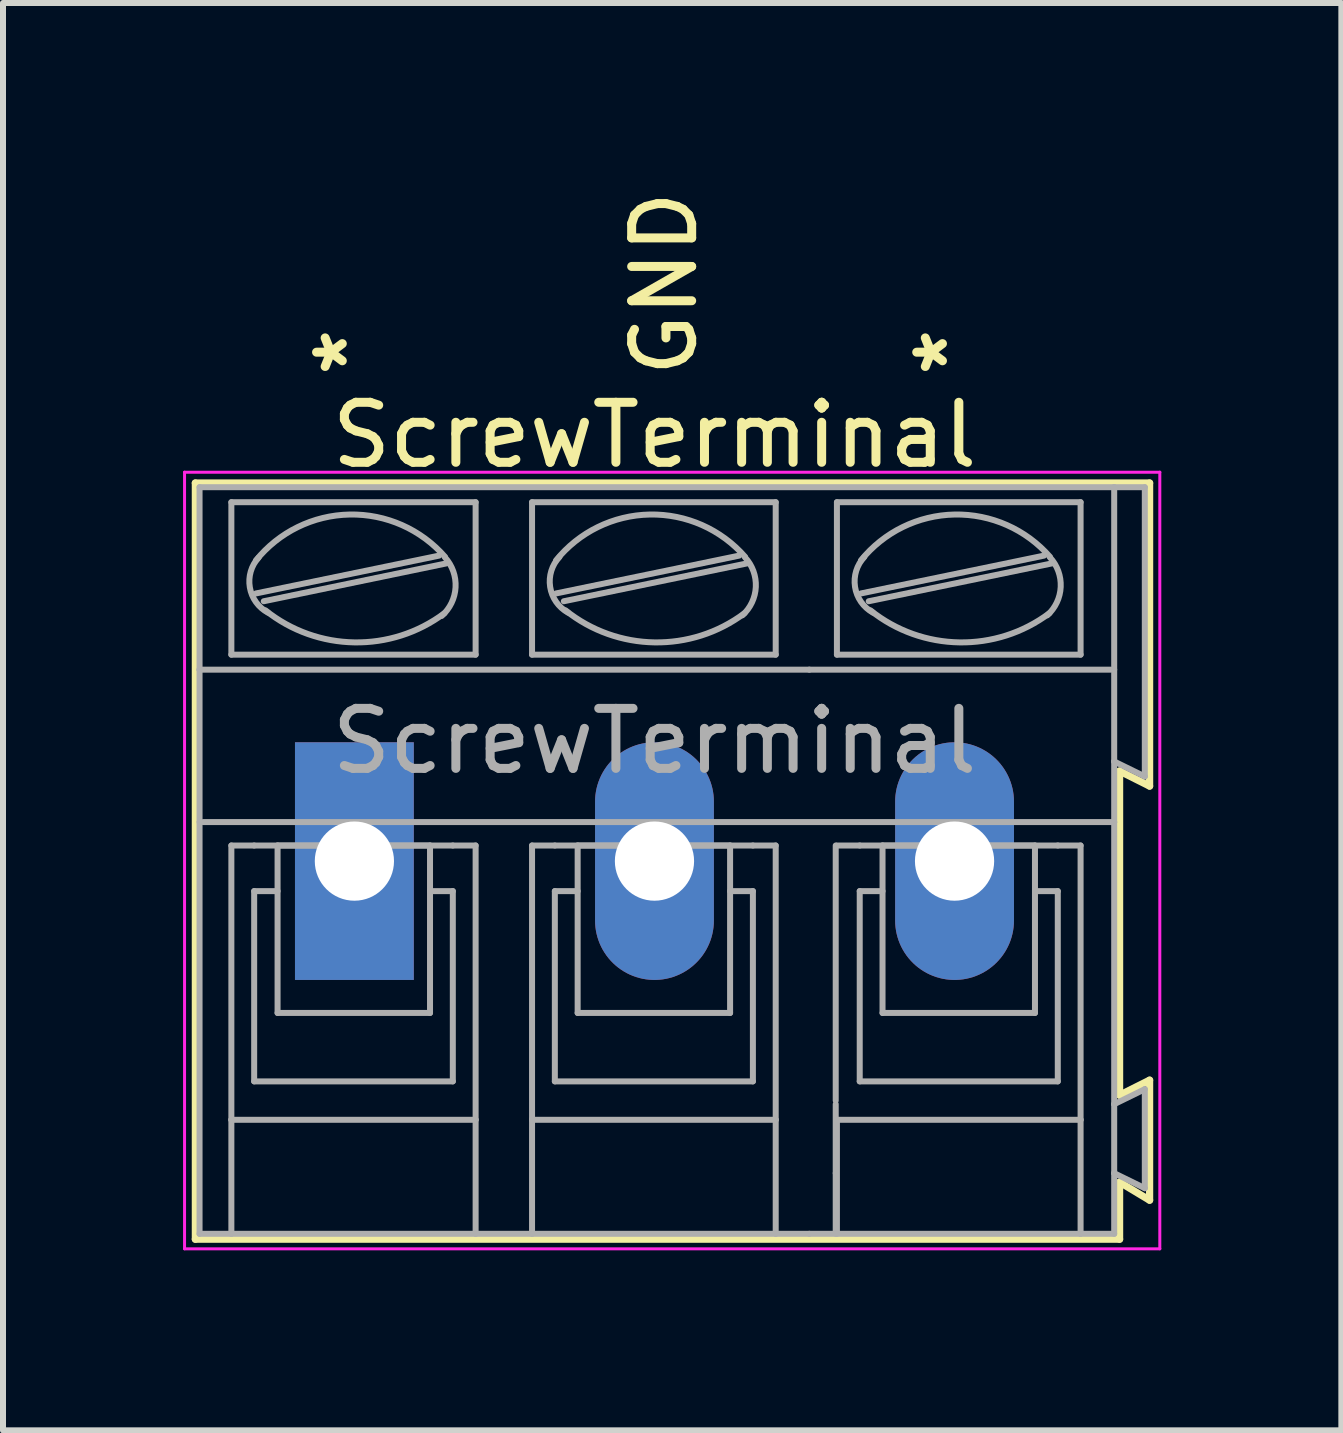
<source format=kicad_pcb>
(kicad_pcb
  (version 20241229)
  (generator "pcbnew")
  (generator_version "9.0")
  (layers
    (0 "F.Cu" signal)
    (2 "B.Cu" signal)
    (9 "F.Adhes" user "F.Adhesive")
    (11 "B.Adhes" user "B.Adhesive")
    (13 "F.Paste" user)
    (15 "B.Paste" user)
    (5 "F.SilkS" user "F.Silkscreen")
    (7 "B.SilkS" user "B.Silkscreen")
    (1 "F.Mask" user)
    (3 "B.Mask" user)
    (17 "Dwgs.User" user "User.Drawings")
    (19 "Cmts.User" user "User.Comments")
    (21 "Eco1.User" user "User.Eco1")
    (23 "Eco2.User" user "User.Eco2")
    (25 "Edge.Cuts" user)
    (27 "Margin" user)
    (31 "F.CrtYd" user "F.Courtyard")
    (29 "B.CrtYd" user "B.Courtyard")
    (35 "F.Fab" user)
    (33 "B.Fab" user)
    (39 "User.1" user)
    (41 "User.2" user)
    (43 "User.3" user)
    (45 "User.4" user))
  (footprint "ScrewTerminal"
    (layer "F.Cu")
    (at 2.855 11.298)
    (property "Reference" "ScrewTerminal" (at 5 -7.1 0) (layer "F.SilkS") (effects (font (size 1 1) (thickness 0.15))))
    (attr through_hole)
    (fp_line (start -2.65 -6.3) (end -2.65 6.3) (stroke (width 0.12) (type solid)) (layer "F.SilkS"))
    (fp_line (start -2.65 6.3) (end 12.75 6.3) (stroke (width 0.12) (type solid)) (layer "F.SilkS"))
    (fp_line (start 12.75 -1.5) (end 13.25 -1.25) (stroke (width 0.12) (type solid)) (layer "F.SilkS"))
    (fp_line (start 12.75 3.9) (end 12.75 -1.5) (stroke (width 0.12) (type solid)) (layer "F.SilkS"))
    (fp_line (start 12.75 5.35) (end 13.25 5.65) (stroke (width 0.12) (type solid)) (layer "F.SilkS"))
    (fp_line (start 12.75 6.3) (end 12.75 5.35) (stroke (width 0.12) (type solid)) (layer "F.SilkS"))
    (fp_line (start 13.25 -6.3) (end -2.65 -6.3) (stroke (width 0.12) (type solid)) (layer "F.SilkS"))
    (fp_line (start 13.25 -1.25) (end 13.25 -6.3) (stroke (width 0.12) (type solid)) (layer "F.SilkS"))
    (fp_line (start 13.25 3.65) (end 12.75 3.9) (stroke (width 0.12) (type solid)) (layer "F.SilkS"))
    (fp_line (start 13.25 5.65) (end 13.25 3.65) (stroke (width 0.12) (type solid)) (layer "F.SilkS"))
    (fp_line (start -2.83 -6.48) (end -2.83 6.46) (stroke (width 0.05) (type solid)) (layer "F.CrtYd"))
    (fp_line (start -2.83 -6.48) (end 13.42 -6.48) (stroke (width 0.05) (type solid)) (layer "F.CrtYd"))
    (fp_line (start 13.42 6.46) (end -2.83 6.46) (stroke (width 0.05) (type solid)) (layer "F.CrtYd"))
    (fp_line (start 13.42 6.46) (end 13.42 -6.48) (stroke (width 0.05) (type solid)) (layer "F.CrtYd"))
    (fp_line (start -2.58 -6.23) (end 12.66 -6.23) (stroke (width 0.1) (type solid)) (layer "F.Fab"))
    (fp_line (start -2.58 -3.19) (end -2.58 -6.23) (stroke (width 0.1) (type solid)) (layer "F.Fab"))
    (fp_line (start -2.58 -3.19) (end 7.58 -3.19) (stroke (width 0.1) (type solid)) (layer "F.Fab"))
    (fp_line (start -2.58 -0.65) (end -2.58 -3.19) (stroke (width 0.1) (type solid)) (layer "F.Fab"))
    (fp_line (start -2.58 6.21) (end -2.58 -0.65) (stroke (width 0.1) (type solid)) (layer "F.Fab"))
    (fp_line (start -2.58 6.21) (end -2.05 6.21) (stroke (width 0.1) (type solid)) (layer "F.Fab"))
    (fp_line (start -2.05 -3.44) (end -2.05 -5.98) (stroke (width 0.1) (type solid)) (layer "F.Fab"))
    (fp_line (start -2.05 -0.26) (end -2.05 4.31) (stroke (width 0.1) (type solid)) (layer "F.Fab"))
    (fp_line (start -2.05 -0.26) (end -1.67 -0.26) (stroke (width 0.1) (type solid)) (layer "F.Fab"))
    (fp_line (start -2.05 4.31) (end -2.05 6.21) (stroke (width 0.1) (type solid)) (layer "F.Fab"))
    (fp_line (start -2.05 6.21) (end 2.02 6.21) (stroke (width 0.1) (type solid)) (layer "F.Fab"))
    (fp_line (start -1.67 0.5) (end -1.28 0.5) (stroke (width 0.1) (type solid)) (layer "F.Fab"))
    (fp_line (start -1.67 3.67) (end -1.67 0.5) (stroke (width 0.1) (type solid)) (layer "F.Fab"))
    (fp_line (start -1.64 -4.46) (end 1.41 -5.09) (stroke (width 0.1) (type solid)) (layer "F.Fab"))
    (fp_line (start -1.51 -4.33) (end 1.53 -4.96) (stroke (width 0.1) (type solid)) (layer "F.Fab"))
    (fp_line (start -1.28 -0.26) (end 1.26 -0.26) (stroke (width 0.1) (type solid)) (layer "F.Fab"))
    (fp_line (start -1.28 2.53) (end -1.28 -0.26) (stroke (width 0.1) (type solid)) (layer "F.Fab"))
    (fp_line (start -1.28 2.53) (end 1.26 2.53) (stroke (width 0.1) (type solid)) (layer "F.Fab"))
    (fp_line (start 1.26 2.53) (end 1.26 -0.26) (stroke (width 0.1) (type solid)) (layer "F.Fab"))
    (fp_line (start 1.64 -0.26) (end -1.67 -0.26) (stroke (width 0.1) (type solid)) (layer "F.Fab"))
    (fp_line (start 1.64 0.5) (end 1.26 0.5) (stroke (width 0.1) (type solid)) (layer "F.Fab"))
    (fp_line (start 1.64 3.67) (end -1.67 3.67) (stroke (width 0.1) (type solid)) (layer "F.Fab"))
    (fp_line (start 1.64 3.67) (end 1.64 0.5) (stroke (width 0.1) (type solid)) (layer "F.Fab"))
    (fp_line (start 2.02 -5.98) (end -2.05 -5.98) (stroke (width 0.1) (type solid)) (layer "F.Fab"))
    (fp_line (start 2.02 -3.44) (end -2.05 -3.44) (stroke (width 0.1) (type solid)) (layer "F.Fab"))
    (fp_line (start 2.02 -3.44) (end 2.02 -5.98) (stroke (width 0.1) (type solid)) (layer "F.Fab"))
    (fp_line (start 2.02 -0.26) (end 1.64 -0.26) (stroke (width 0.1) (type solid)) (layer "F.Fab"))
    (fp_line (start 2.02 4.31) (end -2.05 4.31) (stroke (width 0.1) (type solid)) (layer "F.Fab"))
    (fp_line (start 2.02 4.31) (end 2.02 -0.26) (stroke (width 0.1) (type solid)) (layer "F.Fab"))
    (fp_line (start 2.02 6.21) (end 2.02 4.31) (stroke (width 0.1) (type solid)) (layer "F.Fab"))
    (fp_line (start 2.02 6.21) (end 2.96 6.21) (stroke (width 0.1) (type solid)) (layer "F.Fab"))
    (fp_line (start 2.96 -5.98) (end 7.02 -5.98) (stroke (width 0.1) (type solid)) (layer "F.Fab"))
    (fp_line (start 2.96 -3.44) (end 2.96 -5.98) (stroke (width 0.1) (type solid)) (layer "F.Fab"))
    (fp_line (start 2.96 -0.26) (end 3.34 -0.26) (stroke (width 0.1) (type solid)) (layer "F.Fab"))
    (fp_line (start 2.96 4.31) (end 2.96 -0.26) (stroke (width 0.1) (type solid)) (layer "F.Fab"))
    (fp_line (start 2.96 4.31) (end 7.02 4.31) (stroke (width 0.1) (type solid)) (layer "F.Fab"))
    (fp_line (start 2.96 6.21) (end 2.96 4.31) (stroke (width 0.1) (type solid)) (layer "F.Fab"))
    (fp_line (start 2.96 6.21) (end 7.02 6.21) (stroke (width 0.1) (type solid)) (layer "F.Fab"))
    (fp_line (start 3.34 -0.26) (end 6.64 -0.26) (stroke (width 0.1) (type solid)) (layer "F.Fab"))
    (fp_line (start 3.34 0.5) (end 3.72 0.5) (stroke (width 0.1) (type solid)) (layer "F.Fab"))
    (fp_line (start 3.34 3.67) (end 3.34 0.5) (stroke (width 0.1) (type solid)) (layer "F.Fab"))
    (fp_line (start 3.36 -4.46) (end 6.41 -5.09) (stroke (width 0.1) (type solid)) (layer "F.Fab"))
    (fp_line (start 3.49 -4.33) (end 6.54 -4.96) (stroke (width 0.1) (type solid)) (layer "F.Fab"))
    (fp_line (start 3.72 -0.26) (end 6.26 -0.26) (stroke (width 0.1) (type solid)) (layer "F.Fab"))
    (fp_line (start 3.72 2.53) (end 3.72 -0.26) (stroke (width 0.1) (type solid)) (layer "F.Fab"))
    (fp_line (start 3.72 2.53) (end 6.26 2.53) (stroke (width 0.1) (type solid)) (layer "F.Fab"))
    (fp_line (start 6.26 2.53) (end 6.26 -0.26) (stroke (width 0.1) (type solid)) (layer "F.Fab"))
    (fp_line (start 6.64 0.5) (end 6.26 0.5) (stroke (width 0.1) (type solid)) (layer "F.Fab"))
    (fp_line (start 6.64 3.67) (end 3.34 3.67) (stroke (width 0.1) (type solid)) (layer "F.Fab"))
    (fp_line (start 6.64 3.67) (end 6.64 0.5) (stroke (width 0.1) (type solid)) (layer "F.Fab"))
    (fp_line (start 7.02 -5.98) (end 7.02 -3.44) (stroke (width 0.1) (type solid)) (layer "F.Fab"))
    (fp_line (start 7.02 -3.44) (end 2.96 -3.44) (stroke (width 0.1) (type solid)) (layer "F.Fab"))
    (fp_line (start 7.02 -0.26) (end 6.64 -0.26) (stroke (width 0.1) (type solid)) (layer "F.Fab"))
    (fp_line (start 7.02 -0.26) (end 7.02 4.31) (stroke (width 0.1) (type solid)) (layer "F.Fab"))
    (fp_line (start 7.02 4.31) (end 7.02 6.21) (stroke (width 0.1) (type solid)) (layer "F.Fab"))
    (fp_line (start 7.02 6.21) (end 7.58 6.21) (stroke (width 0.1) (type solid)) (layer "F.Fab"))
    (fp_line (start 7.58 -3.19) (end 12.6 -3.19) (stroke (width 0.1) (type solid)) (layer "F.Fab"))
    (fp_line (start 8.02 3.99) (end 8.02 -0.26) (stroke (width 0.1) (type solid)) (layer "F.Fab"))
    (fp_line (start 8.02 4.05) (end 8.02 5.2) (stroke (width 0.1) (type solid)) (layer "F.Fab"))
    (fp_line (start 8.02 5.2) (end 8.02 6.21) (stroke (width 0.1) (type solid)) (layer "F.Fab"))
    (fp_line (start 8.04 -5.98) (end 12.1 -5.98) (stroke (width 0.1) (type solid)) (layer "F.Fab"))
    (fp_line (start 8.04 -3.44) (end 8.04 -5.98) (stroke (width 0.1) (type solid)) (layer "F.Fab"))
    (fp_line (start 8.04 -0.26) (end 8.42 -0.26) (stroke (width 0.1) (type solid)) (layer "F.Fab"))
    (fp_line (start 8.04 4.31) (end 12.1 4.31) (stroke (width 0.1) (type solid)) (layer "F.Fab"))
    (fp_line (start 8.04 6.21) (end 8.04 4.31) (stroke (width 0.1) (type solid)) (layer "F.Fab"))
    (fp_line (start 8.42 -0.26) (end 11.72 -0.26) (stroke (width 0.1) (type solid)) (layer "F.Fab"))
    (fp_line (start 8.42 0.5) (end 8.8 0.5) (stroke (width 0.1) (type solid)) (layer "F.Fab"))
    (fp_line (start 8.42 3.67) (end 8.42 0.5) (stroke (width 0.1) (type solid)) (layer "F.Fab"))
    (fp_line (start 8.44 -4.46) (end 11.49 -5.09) (stroke (width 0.1) (type solid)) (layer "F.Fab"))
    (fp_line (start 8.57 -4.33) (end 11.62 -4.96) (stroke (width 0.1) (type solid)) (layer "F.Fab"))
    (fp_line (start 8.8 -0.26) (end 11.34 -0.26) (stroke (width 0.1) (type solid)) (layer "F.Fab"))
    (fp_line (start 8.8 2.53) (end 8.8 -0.26) (stroke (width 0.1) (type solid)) (layer "F.Fab"))
    (fp_line (start 8.8 2.53) (end 11.34 2.53) (stroke (width 0.1) (type solid)) (layer "F.Fab"))
    (fp_line (start 11.34 2.53) (end 11.34 -0.26) (stroke (width 0.1) (type solid)) (layer "F.Fab"))
    (fp_line (start 11.72 0.5) (end 11.34 0.5) (stroke (width 0.1) (type solid)) (layer "F.Fab"))
    (fp_line (start 11.72 3.67) (end 8.42 3.67) (stroke (width 0.1) (type solid)) (layer "F.Fab"))
    (fp_line (start 11.72 3.67) (end 11.72 0.5) (stroke (width 0.1) (type solid)) (layer "F.Fab"))
    (fp_line (start 12.09 6.21) (end 7.58 6.21) (stroke (width 0.1) (type solid)) (layer "F.Fab"))
    (fp_line (start 12.1 -5.98) (end 12.1 -3.44) (stroke (width 0.1) (type solid)) (layer "F.Fab"))
    (fp_line (start 12.1 -3.44) (end 8.04 -3.44) (stroke (width 0.1) (type solid)) (layer "F.Fab"))
    (fp_line (start 12.1 -0.26) (end 11.72 -0.26) (stroke (width 0.1) (type solid)) (layer "F.Fab"))
    (fp_line (start 12.1 -0.26) (end 12.1 4.31) (stroke (width 0.1) (type solid)) (layer "F.Fab"))
    (fp_line (start 12.1 4.31) (end 12.1 6.21) (stroke (width 0.1) (type solid)) (layer "F.Fab"))
    (fp_line (start 12.1 6.21) (end 12.66 6.21) (stroke (width 0.1) (type solid)) (layer "F.Fab"))
    (fp_line (start 12.66 -6.23) (end 12.66 -3.19) (stroke (width 0.1) (type solid)) (layer "F.Fab"))
    (fp_line (start 12.66 -6.23) (end 13.17 -6.23) (stroke (width 0.1) (type solid)) (layer "F.Fab"))
    (fp_line (start 12.66 -3.19) (end 12.66 -1.66) (stroke (width 0.1) (type solid)) (layer "F.Fab"))
    (fp_line (start 12.66 -1.66) (end 12.66 -0.65) (stroke (width 0.1) (type solid)) (layer "F.Fab"))
    (fp_line (start 12.66 -0.65) (end -2.52 -0.65) (stroke (width 0.1) (type solid)) (layer "F.Fab"))
    (fp_line (start 12.66 -0.65) (end 12.66 4.05) (stroke (width 0.1) (type solid)) (layer "F.Fab"))
    (fp_line (start 12.66 4.05) (end 12.66 5.2) (stroke (width 0.1) (type solid)) (layer "F.Fab"))
    (fp_line (start 12.66 5.2) (end 12.66 6.21) (stroke (width 0.1) (type solid)) (layer "F.Fab"))
    (fp_line (start 13.17 -6.23) (end 13.17 -1.41) (stroke (width 0.1) (type solid)) (layer "F.Fab"))
    (fp_line (start 13.17 -1.41) (end 12.66 -1.66) (stroke (width 0.1) (type solid)) (layer "F.Fab"))
    (fp_line (start 13.17 3.8) (end 12.66 4.05) (stroke (width 0.1) (type solid)) (layer "F.Fab"))
    (fp_line (start 13.17 3.8) (end 13.17 5.45) (stroke (width 0.1) (type solid)) (layer "F.Fab"))
    (fp_line (start 13.17 5.45) (end 12.66 5.2) (stroke (width 0.1) (type solid)) (layer "F.Fab"))
    (fp_arc (start -1.64 -5.01) (mid -0.080263 -5.774867) (end 1.508239 -5.071686) (stroke (width 0.1) (type solid)) (layer "F.Fab"))
    (fp_arc (start -1.44 -4.14) (mid -1.742324 -4.561515) (end -1.595426 -5.059005) (stroke (width 0.1) (type solid)) (layer "F.Fab"))
    (fp_arc (start 1.5 -4.13) (mid 0.000583 -3.644318) (end -1.482333 -4.178263) (stroke (width 0.1) (type solid)) (layer "F.Fab"))
    (fp_arc (start 1.51 -5.06) (mid 1.685733 -4.561652) (end 1.455532 -4.086005) (stroke (width 0.1) (type solid)) (layer "F.Fab"))
    (fp_arc (start 3.36 -5.01) (mid 4.919737 -5.774867) (end 6.508239 -5.071686) (stroke (width 0.1) (type solid)) (layer "F.Fab"))
    (fp_arc (start 3.56 -4.14) (mid 3.261534 -4.569406) (end 3.417028 -5.068699) (stroke (width 0.1) (type solid)) (layer "F.Fab"))
    (fp_arc (start 6.5 -4.13) (mid 5.000583 -3.644318) (end 3.517667 -4.178263) (stroke (width 0.1) (type solid)) (layer "F.Fab"))
    (fp_arc (start 6.51 -5.06) (mid 6.688693 -4.568754) (end 6.465619 -4.096005) (stroke (width 0.1) (type solid)) (layer "F.Fab"))
    (fp_arc (start 8.44 -5.01) (mid 9.999737 -5.774867) (end 11.588239 -5.071686) (stroke (width 0.1) (type solid)) (layer "F.Fab"))
    (fp_arc (start 8.64 -4.14) (mid 8.341534 -4.569406) (end 8.497028 -5.068699) (stroke (width 0.1) (type solid)) (layer "F.Fab"))
    (fp_arc (start 11.58 -4.13) (mid 10.080583 -3.644318) (end 8.597667 -4.178263) (stroke (width 0.1) (type solid)) (layer "F.Fab"))
    (fp_arc (start 11.59 -5.06) (mid 11.768693 -4.568754) (end 11.545619 -4.096005) (stroke (width 0.1) (type solid)) (layer "F.Fab"))
    (fp_text user "*" (at 0.5 -8 90) (unlocked yes) (layer "F.SilkS") (effects (font (size 1 1) (thickness 0.15)) (justify left bottom)))
    (fp_text user "*" (at 10.5 -8 90) (unlocked yes) (layer "F.SilkS") (effects (font (size 1 1) (thickness 0.15)) (justify left bottom)))
    (fp_text user "GND" (at 5.75 -8 90) (unlocked yes) (layer "F.SilkS") (effects (font (size 1 1) (thickness 0.15)) (justify left bottom)))
    (fp_text user "${REFERENCE}" (at 5 -2 0) (layer "F.Fab") (effects (font (size 1 1) (thickness 0.15))))
    (pad "1" thru_hole rect (at 0 0) (size 1.98 3.96) (drill 1.32) (layers "*.Cu" "*.Mask"))
    (pad "2" thru_hole oval (at 5 0) (size 1.98 3.96) (drill 1.32) (layers "*.Cu" "*.Mask"))
    (pad "3" thru_hole oval (at 10 0) (size 1.98 3.96) (drill 1.32) (layers "*.Cu" "*.Mask")))
  (gr_rect
    (start -3 -3)
    (end 19.3 20.783)
    (stroke (width 0.1) (type default))
    (fill no)
    (layer "Edge.Cuts")))
</source>
